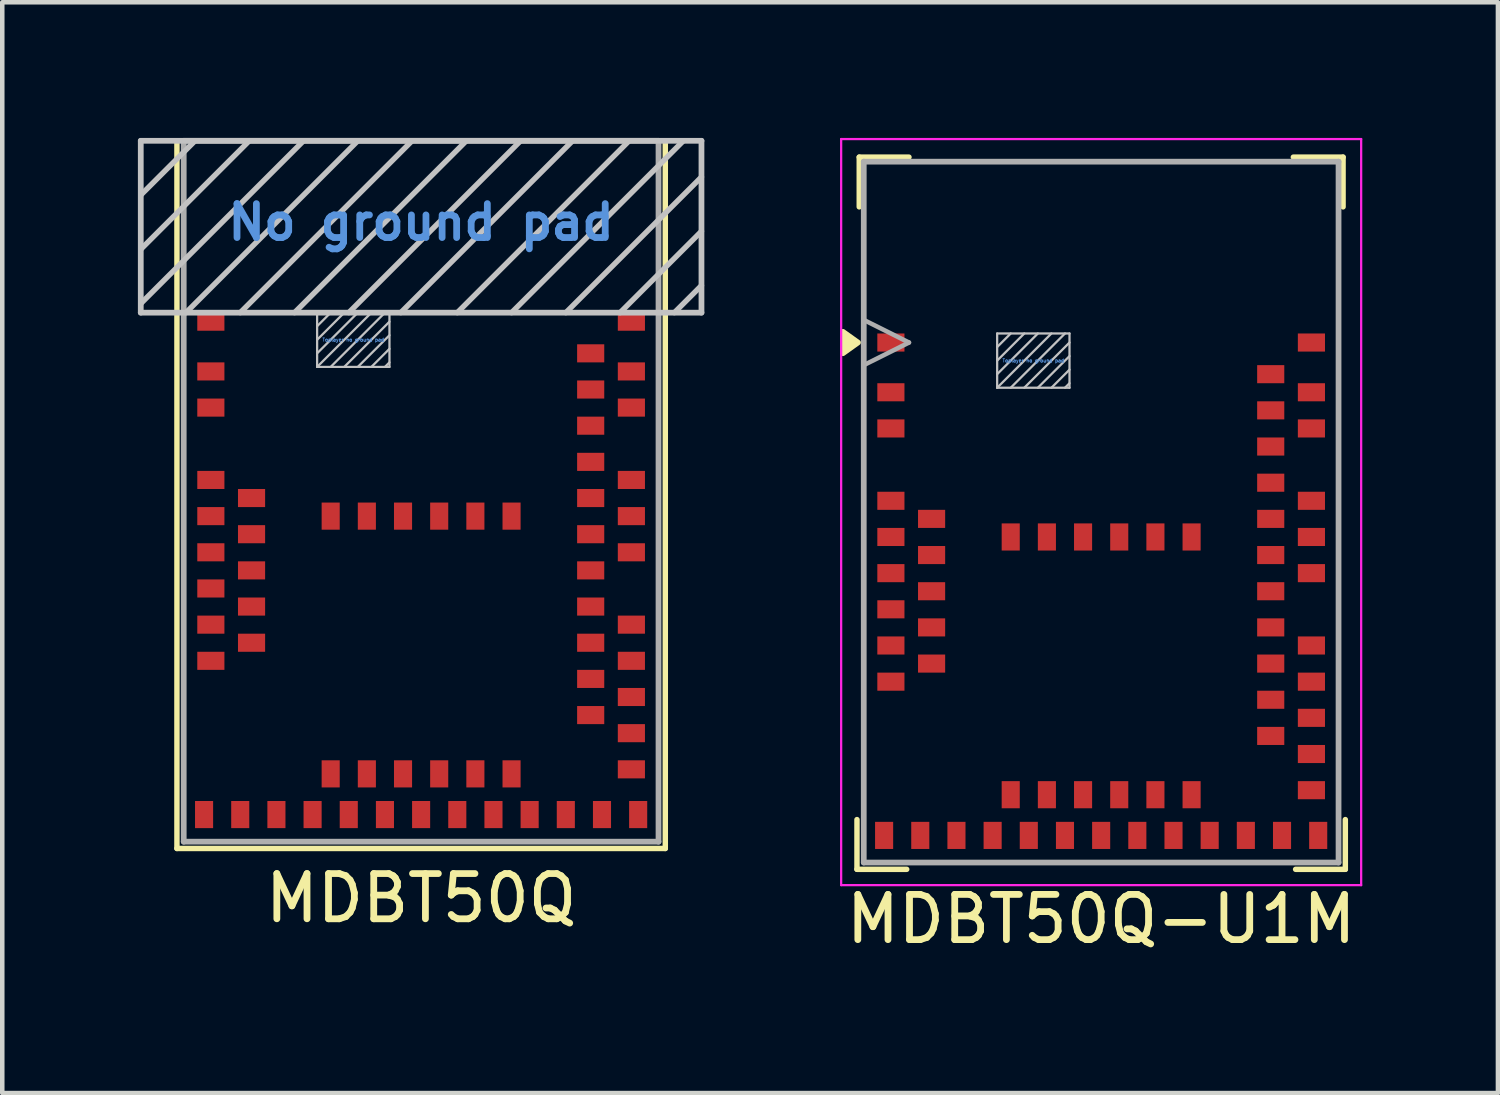
<source format=kicad_pcb>
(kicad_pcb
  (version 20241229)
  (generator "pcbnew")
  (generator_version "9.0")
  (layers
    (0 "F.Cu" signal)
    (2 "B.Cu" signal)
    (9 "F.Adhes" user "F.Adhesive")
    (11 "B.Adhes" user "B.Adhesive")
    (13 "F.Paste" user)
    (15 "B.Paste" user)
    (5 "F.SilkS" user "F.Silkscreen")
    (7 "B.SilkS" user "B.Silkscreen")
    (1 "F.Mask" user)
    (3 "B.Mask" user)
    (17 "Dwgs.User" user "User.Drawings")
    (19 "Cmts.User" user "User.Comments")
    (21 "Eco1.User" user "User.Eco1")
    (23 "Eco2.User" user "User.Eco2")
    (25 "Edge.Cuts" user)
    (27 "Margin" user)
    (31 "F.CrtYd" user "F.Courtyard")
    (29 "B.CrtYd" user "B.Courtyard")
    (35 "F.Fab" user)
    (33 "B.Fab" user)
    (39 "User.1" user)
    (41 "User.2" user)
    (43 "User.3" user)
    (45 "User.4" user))
  (footprint "MDBT50Q-U1M"
    (layer "F.Cu")
    (at 21.302 8.275)
    (property "Reference" "MDBT50Q-U1M" (at 0 9 0) (layer "F.SilkS") (effects (font (size 1 1) (thickness 0.15))))
    (attr through_hole)
    (fp_line (start -5.4 7.9) (end -5.4 6.8) (stroke (width 0.12) (type solid)) (layer "F.SilkS"))
    (fp_line (start -5.35 -6.75) (end -5.35 -7.85) (stroke (width 0.12) (type solid)) (layer "F.SilkS"))
    (fp_line (start -4.3 7.9) (end -5.4 7.9) (stroke (width 0.12) (type solid)) (layer "F.SilkS"))
    (fp_line (start -4.25 -7.85) (end -5.35 -7.85) (stroke (width 0.12) (type solid)) (layer "F.SilkS"))
    (fp_line (start 5.35 -7.85) (end 4.25 -7.85) (stroke (width 0.12) (type solid)) (layer "F.SilkS"))
    (fp_line (start 5.35 -6.75) (end 5.35 -7.85) (stroke (width 0.12) (type solid)) (layer "F.SilkS"))
    (fp_line (start 5.4 7.9) (end 4.3 7.9) (stroke (width 0.12) (type solid)) (layer "F.SilkS"))
    (fp_line (start 5.4 7.9) (end 5.4 6.8) (stroke (width 0.12) (type solid)) (layer "F.SilkS"))
    (fp_poly (pts (xy -5.374 -3.75) (xy -5.71 -3.51) (xy -5.71 -3.99) (xy -5.374 -3.75)) (stroke (width 0.12) (type solid)) (fill yes) (layer "F.SilkS"))
    (fp_line (start -2.3 -3.95) (end -2.3 -2.75) (stroke (width 0.05) (type solid)) (layer "Dwgs.User"))
    (fp_line (start -2.3 -3.95) (end -0.7 -3.95) (stroke (width 0.05) (type solid)) (layer "Dwgs.User"))
    (fp_line (start -2.3 -2.75) (end -0.7 -2.75) (stroke (width 0.05) (type solid)) (layer "Dwgs.User"))
    (fp_line (start -2 -3.95) (end -2.3 -3.65) (stroke (width 0.05) (type solid)) (layer "Dwgs.User"))
    (fp_line (start -1.7 -3.95) (end -2.3 -3.35) (stroke (width 0.05) (type solid)) (layer "Dwgs.User"))
    (fp_line (start -1.4 -3.95) (end -2.3 -3.05) (stroke (width 0.05) (type solid)) (layer "Dwgs.User"))
    (fp_line (start -1.1 -3.95) (end -2.3 -2.75) (stroke (width 0.05) (type solid)) (layer "Dwgs.User"))
    (fp_line (start -0.8 -3.95) (end -2 -2.75) (stroke (width 0.05) (type solid)) (layer "Dwgs.User"))
    (fp_line (start -0.7 -3.95) (end -0.7 -2.75) (stroke (width 0.05) (type solid)) (layer "Dwgs.User"))
    (fp_line (start -0.7 -3.75) (end -1.7 -2.75) (stroke (width 0.05) (type solid)) (layer "Dwgs.User"))
    (fp_line (start -0.7 -3.45) (end -1.4 -2.75) (stroke (width 0.05) (type solid)) (layer "Dwgs.User"))
    (fp_line (start -0.7 -3.15) (end -1.1 -2.75) (stroke (width 0.05) (type solid)) (layer "Dwgs.User"))
    (fp_line (start -0.7 -2.85) (end -0.8 -2.75) (stroke (width 0.05) (type solid)) (layer "Dwgs.User"))
    (fp_line (start -5.75 -8.25) (end -5.75 8.25) (stroke (width 0.05) (type default)) (layer "F.CrtYd"))
    (fp_line (start -5.75 8.25) (end 5.75 8.25) (stroke (width 0.05) (type default)) (layer "F.CrtYd"))
    (fp_line (start 5.75 -8.25) (end -5.75 -8.25) (stroke (width 0.05) (type default)) (layer "F.CrtYd"))
    (fp_line (start 5.75 8.25) (end 5.75 -8.25) (stroke (width 0.05) (type default)) (layer "F.CrtYd"))
    (fp_line (start -5.25 -7.75) (end -5.25 7.75) (stroke (width 0.127) (type solid)) (layer "F.Fab"))
    (fp_line (start -5.25 -7.75) (end 5.25 -7.75) (stroke (width 0.127) (type solid)) (layer "F.Fab"))
    (fp_line (start -5.25 7.75) (end 5.25 7.75) (stroke (width 0.127) (type solid)) (layer "F.Fab"))
    (fp_line (start -4.25 -3.75) (end -5.25 -4.25) (stroke (width 0.1) (type default)) (layer "F.Fab"))
    (fp_line (start -4.25 -3.75) (end -5.25 -3.25) (stroke (width 0.1) (type default)) (layer "F.Fab"))
    (fp_line (start 5.25 -7.75) (end 5.25 7.75) (stroke (width 0.127) (type solid)) (layer "F.Fab"))
    (fp_text user "Toplayer no ground pad" (at -1.5 -3.35 0) (layer "Cmts.User") (effects (font (size 0.075 0.075) (thickness 0.015))))
    (pad "1" smd rect (at -4.65 -3.75) (size 0.6 0.4) (layers "F.Cu" "F.Mask" "F.Paste"))
    (pad "2" smd rect (at -4.65 -2.65) (size 0.6 0.4) (layers "F.Cu" "F.Mask" "F.Paste"))
    (pad "3" smd rect (at -4.65 -1.85) (size 0.6 0.4) (layers "F.Cu" "F.Mask" "F.Paste"))
    (pad "4" smd rect (at -4.65 -0.25) (size 0.6 0.4) (layers "F.Cu" "F.Mask" "F.Paste"))
    (pad "5" smd rect (at -3.75 0.15) (size 0.6 0.4) (layers "F.Cu" "F.Mask" "F.Paste"))
    (pad "6" smd rect (at -4.65 0.55) (size 0.6 0.4) (layers "F.Cu" "F.Mask" "F.Paste"))
    (pad "7" smd rect (at -3.75 0.95) (size 0.6 0.4) (layers "F.Cu" "F.Mask" "F.Paste"))
    (pad "8" smd rect (at -4.65 1.35) (size 0.6 0.4) (layers "F.Cu" "F.Mask" "F.Paste"))
    (pad "9" smd rect (at -3.75 1.75) (size 0.6 0.4) (layers "F.Cu" "F.Mask" "F.Paste"))
    (pad "10" smd rect (at -4.65 2.15) (size 0.6 0.4) (layers "F.Cu" "F.Mask" "F.Paste"))
    (pad "11" smd rect (at -3.75 2.55) (size 0.6 0.4) (layers "F.Cu" "F.Mask" "F.Paste"))
    (pad "12" smd rect (at -4.65 2.95) (size 0.6 0.4) (layers "F.Cu" "F.Mask" "F.Paste"))
    (pad "13" smd rect (at -3.75 3.35) (size 0.6 0.4) (layers "F.Cu" "F.Mask" "F.Paste"))
    (pad "14" smd rect (at -4.65 3.75) (size 0.6 0.4) (layers "F.Cu" "F.Mask" "F.Paste"))
    (pad "15" smd rect (at -4.8 7.15 90) (size 0.6 0.4) (layers "F.Cu" "F.Mask" "F.Paste"))
    (pad "16" smd rect (at -4 7.15 90) (size 0.6 0.4) (layers "F.Cu" "F.Mask" "F.Paste"))
    (pad "17" smd rect (at -3.2 7.15 90) (size 0.6 0.4) (layers "F.Cu" "F.Mask" "F.Paste"))
    (pad "18" smd rect (at -2.4 7.15 90) (size 0.6 0.4) (layers "F.Cu" "F.Mask" "F.Paste"))
    (pad "19" smd rect (at -2 6.25 90) (size 0.6 0.4) (layers "F.Cu" "F.Mask" "F.Paste"))
    (pad "20" smd rect (at -1.6 7.15 90) (size 0.6 0.4) (layers "F.Cu" "F.Mask" "F.Paste"))
    (pad "21" smd rect (at -1.2 6.25 90) (size 0.6 0.4) (layers "F.Cu" "F.Mask" "F.Paste"))
    (pad "22" smd rect (at -0.8 7.15 90) (size 0.6 0.4) (layers "F.Cu" "F.Mask" "F.Paste"))
    (pad "23" smd rect (at -0.4 6.25 90) (size 0.6 0.4) (layers "F.Cu" "F.Mask" "F.Paste"))
    (pad "24" smd rect (at 0 7.15 90) (size 0.6 0.4) (layers "F.Cu" "F.Mask" "F.Paste"))
    (pad "25" smd rect (at 0.4 6.25 90) (size 0.6 0.4) (layers "F.Cu" "F.Mask" "F.Paste"))
    (pad "26" smd rect (at 0.8 7.15 90) (size 0.6 0.4) (layers "F.Cu" "F.Mask" "F.Paste"))
    (pad "27" smd rect (at 1.2 6.25 90) (size 0.6 0.4) (layers "F.Cu" "F.Mask" "F.Paste"))
    (pad "28" smd rect (at 1.6 7.15 90) (size 0.6 0.4) (layers "F.Cu" "F.Mask" "F.Paste"))
    (pad "29" smd rect (at 2 6.25 90) (size 0.6 0.4) (layers "F.Cu" "F.Mask" "F.Paste"))
    (pad "30" smd rect (at 2.4 7.15 90) (size 0.6 0.4) (layers "F.Cu" "F.Mask" "F.Paste"))
    (pad "31" smd rect (at 3.2 7.15 90) (size 0.6 0.4) (layers "F.Cu" "F.Mask" "F.Paste"))
    (pad "32" smd rect (at 4 7.15 90) (size 0.6 0.4) (layers "F.Cu" "F.Mask" "F.Paste"))
    (pad "33" smd rect (at 4.8 7.15 90) (size 0.6 0.4) (layers "F.Cu" "F.Mask" "F.Paste"))
    (pad "34" smd rect (at 4.65 6.15 180) (size 0.6 0.4) (layers "F.Cu" "F.Mask" "F.Paste"))
    (pad "35" smd rect (at 4.65 5.35 180) (size 0.6 0.4) (layers "F.Cu" "F.Mask" "F.Paste"))
    (pad "36" smd rect (at 3.75 4.95 180) (size 0.6 0.4) (layers "F.Cu" "F.Mask" "F.Paste"))
    (pad "37" smd rect (at 4.65 4.55 180) (size 0.6 0.4) (layers "F.Cu" "F.Mask" "F.Paste"))
    (pad "38" smd rect (at 3.75 4.15 180) (size 0.6 0.4) (layers "F.Cu" "F.Mask" "F.Paste"))
    (pad "39" smd rect (at 4.65 3.75 180) (size 0.6 0.4) (layers "F.Cu" "F.Mask" "F.Paste"))
    (pad "40" smd rect (at 3.75 3.35 180) (size 0.6 0.4) (layers "F.Cu" "F.Mask" "F.Paste"))
    (pad "41" smd rect (at 4.65 2.95 180) (size 0.6 0.4) (layers "F.Cu" "F.Mask" "F.Paste"))
    (pad "42" smd rect (at 3.75 2.55 180) (size 0.6 0.4) (layers "F.Cu" "F.Mask" "F.Paste"))
    (pad "43" smd rect (at 3.75 1.75 180) (size 0.6 0.4) (layers "F.Cu" "F.Mask" "F.Paste"))
    (pad "44" smd rect (at 4.65 1.35 180) (size 0.6 0.4) (layers "F.Cu" "F.Mask" "F.Paste"))
    (pad "45" smd rect (at 3.75 0.95 180) (size 0.6 0.4) (layers "F.Cu" "F.Mask" "F.Paste"))
    (pad "46" smd rect (at 4.65 0.55 180) (size 0.6 0.4) (layers "F.Cu" "F.Mask" "F.Paste"))
    (pad "47" smd rect (at 3.75 0.15 180) (size 0.6 0.4) (layers "F.Cu" "F.Mask" "F.Paste"))
    (pad "48" smd rect (at 4.65 -0.25 180) (size 0.6 0.4) (layers "F.Cu" "F.Mask" "F.Paste"))
    (pad "49" smd rect (at 3.75 -0.65 180) (size 0.6 0.4) (layers "F.Cu" "F.Mask" "F.Paste"))
    (pad "50" smd rect (at 3.75 -1.45 180) (size 0.6 0.4) (layers "F.Cu" "F.Mask" "F.Paste"))
    (pad "51" smd rect (at 4.65 -1.85 180) (size 0.6 0.4) (layers "F.Cu" "F.Mask" "F.Paste"))
    (pad "52" smd rect (at 3.75 -2.25 180) (size 0.6 0.4) (layers "F.Cu" "F.Mask" "F.Paste"))
    (pad "53" smd rect (at 4.65 -2.65 180) (size 0.6 0.4) (layers "F.Cu" "F.Mask" "F.Paste"))
    (pad "54" smd rect (at 3.75 -3.05 180) (size 0.6 0.4) (layers "F.Cu" "F.Mask" "F.Paste"))
    (pad "55" smd rect (at 4.65 -3.75 180) (size 0.6 0.4) (layers "F.Cu" "F.Mask" "F.Paste"))
    (pad "56" smd rect (at -2 0.55 270) (size 0.6 0.4) (layers "F.Cu" "F.Mask" "F.Paste"))
    (pad "57" smd rect (at -1.2 0.55 270) (size 0.6 0.4) (layers "F.Cu" "F.Mask" "F.Paste"))
    (pad "58" smd rect (at -0.4 0.55 270) (size 0.6 0.4) (layers "F.Cu" "F.Mask" "F.Paste"))
    (pad "59" smd rect (at 0.4 0.55 270) (size 0.6 0.4) (layers "F.Cu" "F.Mask" "F.Paste"))
    (pad "60" smd rect (at 1.2 0.55 270) (size 0.6 0.4) (layers "F.Cu" "F.Mask" "F.Paste"))
    (pad "61" smd rect (at 2 0.55 270) (size 0.6 0.4) (layers "F.Cu" "F.Mask" "F.Paste"))
    (zone (net_name "") (layer "F.Cu") (hatch full 0.508) (connect_pads) (min_thickness 0.254) (filled_areas_thickness no) (keepout (tracks not_allowed) (vias not_allowed) (pads not_allowed) (copperpour not_allowed) (footprints not_allowed)) (placement (enabled no)) (fill) (polygon (pts (xy 20.602 5.525) (xy 19.002 5.525) (xy 19.002 4.325) (xy 20.602 4.325)))))
  (footprint "MDBT50Q"
    (layer "F.Cu")
    (at 6.263 7.814)
    (property "Reference" "MDBT50Q" (at 0 9 0) (layer "F.SilkS") (effects (font (size 1 1) (thickness 0.15))))
    (attr through_hole)
    (fp_line (start -5.4 7.9) (end -5.4 -7.75) (stroke (width 0.12) (type solid)) (layer "F.SilkS"))
    (fp_line (start 5.4 7.9) (end -5.4 7.9) (stroke (width 0.12) (type solid)) (layer "F.SilkS"))
    (fp_line (start 5.4 7.9) (end 5.4 -7.75) (stroke (width 0.12) (type solid)) (layer "F.SilkS"))
    (fp_line (start -6.2 -7.75) (end -6.2 -3.95) (stroke (width 0.127) (type solid)) (layer "Dwgs.User"))
    (fp_line (start -6.2 -7.75) (end 6.2 -7.75) (stroke (width 0.127) (type solid)) (layer "Dwgs.User"))
    (fp_line (start -6.2 -5.35) (end -3.8 -7.75) (stroke (width 0.12) (type solid)) (layer "Dwgs.User"))
    (fp_line (start -6.2 -4.15) (end -2.6 -7.75) (stroke (width 0.12) (type solid)) (layer "Dwgs.User"))
    (fp_line (start -6.2 -3.95) (end 6.2 -3.95) (stroke (width 0.127) (type solid)) (layer "Dwgs.User"))
    (fp_line (start -5.2 -3.95) (end -1.4 -7.75) (stroke (width 0.12) (type solid)) (layer "Dwgs.User"))
    (fp_line (start -5 -7.75) (end -6.2 -6.55) (stroke (width 0.12) (type solid)) (layer "Dwgs.User"))
    (fp_line (start -4 -3.95) (end -0.2 -7.75) (stroke (width 0.12) (type solid)) (layer "Dwgs.User"))
    (fp_line (start -2.8 -3.95) (end 1 -7.75) (stroke (width 0.12) (type solid)) (layer "Dwgs.User"))
    (fp_line (start -2.3 -3.95) (end -2.3 -2.75) (stroke (width 0.05) (type solid)) (layer "Dwgs.User"))
    (fp_line (start -2.3 -3.95) (end -0.7 -3.95) (stroke (width 0.05) (type solid)) (layer "Dwgs.User"))
    (fp_line (start -2.3 -2.75) (end -0.7 -2.75) (stroke (width 0.05) (type solid)) (layer "Dwgs.User"))
    (fp_line (start -2 -3.95) (end -2.3 -3.65) (stroke (width 0.05) (type solid)) (layer "Dwgs.User"))
    (fp_line (start -1.7 -3.95) (end -2.3 -3.35) (stroke (width 0.05) (type solid)) (layer "Dwgs.User"))
    (fp_line (start -1.6 -3.95) (end 2.2 -7.75) (stroke (width 0.12) (type solid)) (layer "Dwgs.User"))
    (fp_line (start -1.4 -3.95) (end -2.3 -3.05) (stroke (width 0.05) (type solid)) (layer "Dwgs.User"))
    (fp_line (start -1.1 -3.95) (end -2.3 -2.75) (stroke (width 0.05) (type solid)) (layer "Dwgs.User"))
    (fp_line (start -0.8 -3.95) (end -2 -2.75) (stroke (width 0.05) (type solid)) (layer "Dwgs.User"))
    (fp_line (start -0.7 -3.95) (end -0.7 -2.75) (stroke (width 0.05) (type solid)) (layer "Dwgs.User"))
    (fp_line (start -0.7 -3.75) (end -1.7 -2.75) (stroke (width 0.05) (type solid)) (layer "Dwgs.User"))
    (fp_line (start -0.7 -3.45) (end -1.4 -2.75) (stroke (width 0.05) (type solid)) (layer "Dwgs.User"))
    (fp_line (start -0.7 -3.15) (end -1.1 -2.75) (stroke (width 0.05) (type solid)) (layer "Dwgs.User"))
    (fp_line (start -0.7 -2.85) (end -0.8 -2.75) (stroke (width 0.05) (type solid)) (layer "Dwgs.User"))
    (fp_line (start -0.45 -3.95) (end 3.35 -7.75) (stroke (width 0.12) (type solid)) (layer "Dwgs.User"))
    (fp_line (start 0.8 -3.95) (end 4.6 -7.75) (stroke (width 0.12) (type solid)) (layer "Dwgs.User"))
    (fp_line (start 2 -3.95) (end 5.8 -7.75) (stroke (width 0.12) (type solid)) (layer "Dwgs.User"))
    (fp_line (start 3.2 -3.95) (end 6.2 -6.95) (stroke (width 0.12) (type solid)) (layer "Dwgs.User"))
    (fp_line (start 4.4 -3.95) (end 6.2 -5.75) (stroke (width 0.12) (type solid)) (layer "Dwgs.User"))
    (fp_line (start 5.6 -3.95) (end 6.2 -4.55) (stroke (width 0.12) (type solid)) (layer "Dwgs.User"))
    (fp_line (start 6.2 -7.75) (end 6.2 -3.95) (stroke (width 0.127) (type solid)) (layer "Dwgs.User"))
    (fp_line (start -5.25 -7.75) (end -5.25 7.75) (stroke (width 0.127) (type solid)) (layer "F.Fab"))
    (fp_line (start -5.25 -7.75) (end 5.25 -7.75) (stroke (width 0.127) (type solid)) (layer "F.Fab"))
    (fp_line (start -5.25 7.75) (end 5.25 7.75) (stroke (width 0.127) (type solid)) (layer "F.Fab"))
    (fp_line (start 5.25 -7.75) (end 5.25 7.75) (stroke (width 0.127) (type solid)) (layer "F.Fab"))
    (fp_text user "No ground pad" (at 0 -5.95 0) (layer "Cmts.User") (effects (font (size 0.75 0.75) (thickness 0.15))))
    (fp_text user "Toplayer no ground pad" (at -1.5 -3.35 0) (layer "Cmts.User") (effects (font (size 0.075 0.075) (thickness 0.015))))
    (pad "1" smd rect (at -4.65 -3.75) (size 0.6 0.4) (layers "F.Cu" "F.Mask" "F.Paste"))
    (pad "2" smd rect (at -4.65 -2.65) (size 0.6 0.4) (layers "F.Cu" "F.Mask" "F.Paste"))
    (pad "3" smd rect (at -4.65 -1.85) (size 0.6 0.4) (layers "F.Cu" "F.Mask" "F.Paste"))
    (pad "4" smd rect (at -4.65 -0.25) (size 0.6 0.4) (layers "F.Cu" "F.Mask" "F.Paste"))
    (pad "5" smd rect (at -3.75 0.15) (size 0.6 0.4) (layers "F.Cu" "F.Mask" "F.Paste"))
    (pad "6" smd rect (at -4.65 0.55) (size 0.6 0.4) (layers "F.Cu" "F.Mask" "F.Paste"))
    (pad "7" smd rect (at -3.75 0.95) (size 0.6 0.4) (layers "F.Cu" "F.Mask" "F.Paste"))
    (pad "8" smd rect (at -4.65 1.35) (size 0.6 0.4) (layers "F.Cu" "F.Mask" "F.Paste"))
    (pad "9" smd rect (at -3.75 1.75) (size 0.6 0.4) (layers "F.Cu" "F.Mask" "F.Paste"))
    (pad "10" smd rect (at -4.65 2.15) (size 0.6 0.4) (layers "F.Cu" "F.Mask" "F.Paste"))
    (pad "11" smd rect (at -3.75 2.55) (size 0.6 0.4) (layers "F.Cu" "F.Mask" "F.Paste"))
    (pad "12" smd rect (at -4.65 2.95) (size 0.6 0.4) (layers "F.Cu" "F.Mask" "F.Paste"))
    (pad "13" smd rect (at -3.75 3.35) (size 0.6 0.4) (layers "F.Cu" "F.Mask" "F.Paste"))
    (pad "14" smd rect (at -4.65 3.75) (size 0.6 0.4) (layers "F.Cu" "F.Mask" "F.Paste"))
    (pad "15" smd rect (at -4.8 7.15 90) (size 0.6 0.4) (layers "F.Cu" "F.Mask" "F.Paste"))
    (pad "16" smd rect (at -4 7.15 90) (size 0.6 0.4) (layers "F.Cu" "F.Mask" "F.Paste"))
    (pad "17" smd rect (at -3.2 7.15 90) (size 0.6 0.4) (layers "F.Cu" "F.Mask" "F.Paste"))
    (pad "18" smd rect (at -2.4 7.15 90) (size 0.6 0.4) (layers "F.Cu" "F.Mask" "F.Paste"))
    (pad "19" smd rect (at -2 6.25 90) (size 0.6 0.4) (layers "F.Cu" "F.Mask" "F.Paste"))
    (pad "20" smd rect (at -1.6 7.15 90) (size 0.6 0.4) (layers "F.Cu" "F.Mask" "F.Paste"))
    (pad "21" smd rect (at -1.2 6.25 90) (size 0.6 0.4) (layers "F.Cu" "F.Mask" "F.Paste"))
    (pad "22" smd rect (at -0.8 7.15 90) (size 0.6 0.4) (layers "F.Cu" "F.Mask" "F.Paste"))
    (pad "23" smd rect (at -0.4 6.25 90) (size 0.6 0.4) (layers "F.Cu" "F.Mask" "F.Paste"))
    (pad "24" smd rect (at 0 7.15 90) (size 0.6 0.4) (layers "F.Cu" "F.Mask" "F.Paste"))
    (pad "25" smd rect (at 0.4 6.25 90) (size 0.6 0.4) (layers "F.Cu" "F.Mask" "F.Paste"))
    (pad "26" smd rect (at 0.8 7.15 90) (size 0.6 0.4) (layers "F.Cu" "F.Mask" "F.Paste"))
    (pad "27" smd rect (at 1.2 6.25 90) (size 0.6 0.4) (layers "F.Cu" "F.Mask" "F.Paste"))
    (pad "28" smd rect (at 1.6 7.15 90) (size 0.6 0.4) (layers "F.Cu" "F.Mask" "F.Paste"))
    (pad "29" smd rect (at 2 6.25 90) (size 0.6 0.4) (layers "F.Cu" "F.Mask" "F.Paste"))
    (pad "30" smd rect (at 2.4 7.15 90) (size 0.6 0.4) (layers "F.Cu" "F.Mask" "F.Paste"))
    (pad "31" smd rect (at 3.2 7.15 90) (size 0.6 0.4) (layers "F.Cu" "F.Mask" "F.Paste"))
    (pad "32" smd rect (at 4 7.15 90) (size 0.6 0.4) (layers "F.Cu" "F.Mask" "F.Paste"))
    (pad "33" smd rect (at 4.8 7.15 90) (size 0.6 0.4) (layers "F.Cu" "F.Mask" "F.Paste"))
    (pad "34" smd rect (at 4.65 6.15 180) (size 0.6 0.4) (layers "F.Cu" "F.Mask" "F.Paste"))
    (pad "35" smd rect (at 4.65 5.35 180) (size 0.6 0.4) (layers "F.Cu" "F.Mask" "F.Paste"))
    (pad "36" smd rect (at 3.75 4.95 180) (size 0.6 0.4) (layers "F.Cu" "F.Mask" "F.Paste"))
    (pad "37" smd rect (at 4.65 4.55 180) (size 0.6 0.4) (layers "F.Cu" "F.Mask" "F.Paste"))
    (pad "38" smd rect (at 3.75 4.15 180) (size 0.6 0.4) (layers "F.Cu" "F.Mask" "F.Paste"))
    (pad "39" smd rect (at 4.65 3.75 180) (size 0.6 0.4) (layers "F.Cu" "F.Mask" "F.Paste"))
    (pad "40" smd rect (at 3.75 3.35 180) (size 0.6 0.4) (layers "F.Cu" "F.Mask" "F.Paste"))
    (pad "41" smd rect (at 4.65 2.95 180) (size 0.6 0.4) (layers "F.Cu" "F.Mask" "F.Paste"))
    (pad "42" smd rect (at 3.75 2.55 180) (size 0.6 0.4) (layers "F.Cu" "F.Mask" "F.Paste"))
    (pad "43" smd rect (at 3.75 1.75 180) (size 0.6 0.4) (layers "F.Cu" "F.Mask" "F.Paste"))
    (pad "44" smd rect (at 4.65 1.35 180) (size 0.6 0.4) (layers "F.Cu" "F.Mask" "F.Paste"))
    (pad "45" smd rect (at 3.75 0.95 180) (size 0.6 0.4) (layers "F.Cu" "F.Mask" "F.Paste"))
    (pad "46" smd rect (at 4.65 0.55 180) (size 0.6 0.4) (layers "F.Cu" "F.Mask" "F.Paste"))
    (pad "47" smd rect (at 3.75 0.15 180) (size 0.6 0.4) (layers "F.Cu" "F.Mask" "F.Paste"))
    (pad "48" smd rect (at 4.65 -0.25 180) (size 0.6 0.4) (layers "F.Cu" "F.Mask" "F.Paste"))
    (pad "49" smd rect (at 3.75 -0.65 180) (size 0.6 0.4) (layers "F.Cu" "F.Mask" "F.Paste"))
    (pad "50" smd rect (at 3.75 -1.45 180) (size 0.6 0.4) (layers "F.Cu" "F.Mask" "F.Paste"))
    (pad "51" smd rect (at 4.65 -1.85 180) (size 0.6 0.4) (layers "F.Cu" "F.Mask" "F.Paste"))
    (pad "52" smd rect (at 3.75 -2.25 180) (size 0.6 0.4) (layers "F.Cu" "F.Mask" "F.Paste"))
    (pad "53" smd rect (at 4.65 -2.65 180) (size 0.6 0.4) (layers "F.Cu" "F.Mask" "F.Paste"))
    (pad "54" smd rect (at 3.75 -3.05 180) (size 0.6 0.4) (layers "F.Cu" "F.Mask" "F.Paste"))
    (pad "55" smd rect (at 4.65 -3.75 180) (size 0.6 0.4) (layers "F.Cu" "F.Mask" "F.Paste"))
    (pad "56" smd rect (at -2 0.55 270) (size 0.6 0.4) (layers "F.Cu" "F.Mask" "F.Paste"))
    (pad "57" smd rect (at -1.2 0.55 270) (size 0.6 0.4) (layers "F.Cu" "F.Mask" "F.Paste"))
    (pad "58" smd rect (at -0.4 0.55 270) (size 0.6 0.4) (layers "F.Cu" "F.Mask" "F.Paste"))
    (pad "59" smd rect (at 0.4 0.55 270) (size 0.6 0.4) (layers "F.Cu" "F.Mask" "F.Paste"))
    (pad "60" smd rect (at 1.2 0.55 270) (size 0.6 0.4) (layers "F.Cu" "F.Mask" "F.Paste"))
    (pad "61" smd rect (at 2 0.55 270) (size 0.6 0.4) (layers "F.Cu" "F.Mask" "F.Paste")))
  (gr_rect
    (start -3 -3)
    (end 30.077 21.123)
    (stroke (width 0.1) (type default))
    (fill no)
    (layer "Edge.Cuts")))
</source>
